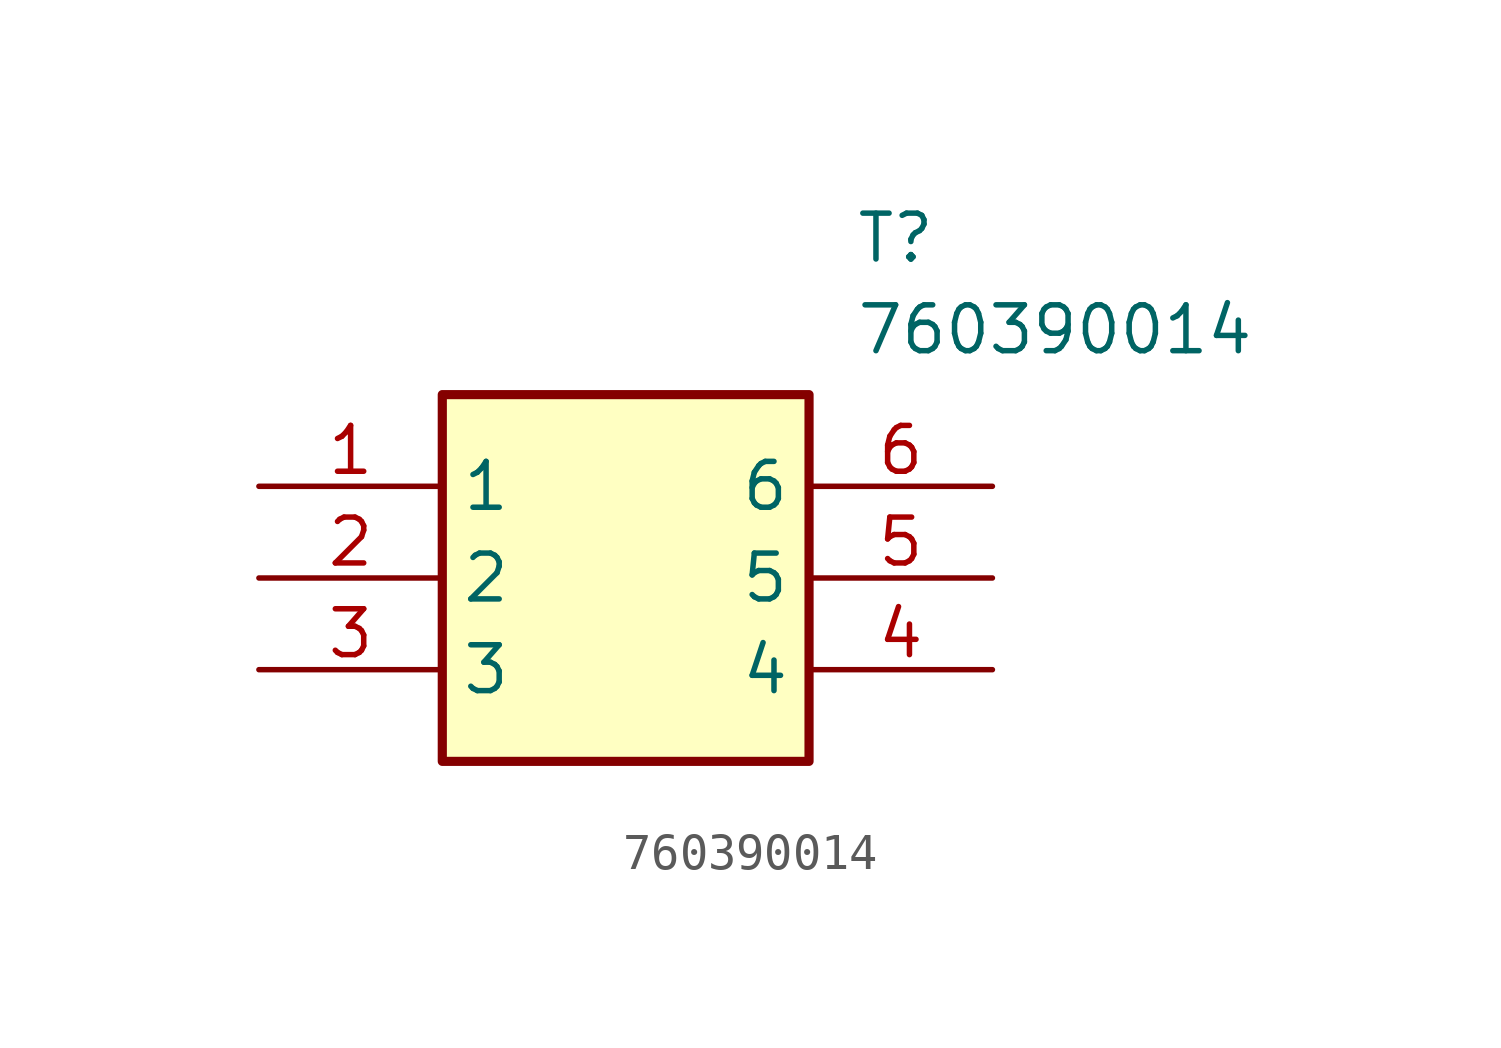
<source format=kicad_sym>
(kicad_symbol_lib
  (version 20211014)
  (generator SamacSys_ECAD_Model)
  (symbol "760390014"
    (property "Reference" "T"
      (at 16.51 7.62 0)
      (effects (font (size 1.27 1.27)) (justify left top)))
    (property "Value" "760390014"
      (at 16.51 5.08 0)
      (effects (font (size 1.27 1.27)) (justify left top)))
    (rectangle
      (start 5.08 2.54)
      (end 15.24 -7.62)
      (stroke (width 0.254) (type default))
      (fill (type background)))
    (pin passive line
      (at 0 0 0)
      (length 5.08)
      (name "1" (effects (font (size 1.27 1.27))))
      (number "1" (effects (font (size 1.27 1.27)))))
    (pin passive line
      (at 0 -2.54 0)
      (length 5.08)
      (name "2" (effects (font (size 1.27 1.27))))
      (number "2" (effects (font (size 1.27 1.27)))))
    (pin passive line
      (at 0 -5.08 0)
      (length 5.08)
      (name "3" (effects (font (size 1.27 1.27))))
      (number "3" (effects (font (size 1.27 1.27)))))
    (pin passive line
      (at 20.32 -5.08 180)
      (length 5.08)
      (name "4" (effects (font (size 1.27 1.27))))
      (number "4" (effects (font (size 1.27 1.27)))))
    (pin passive line
      (at 20.32 -2.54 180)
      (length 5.08)
      (name "5" (effects (font (size 1.27 1.27))))
      (number "5" (effects (font (size 1.27 1.27)))))
    (pin passive line
      (at 20.32 0 180)
      (length 5.08)
      (name "6" (effects (font (size 1.27 1.27))))
      (number "6" (effects (font (size 1.27 1.27)))))))
</source>
